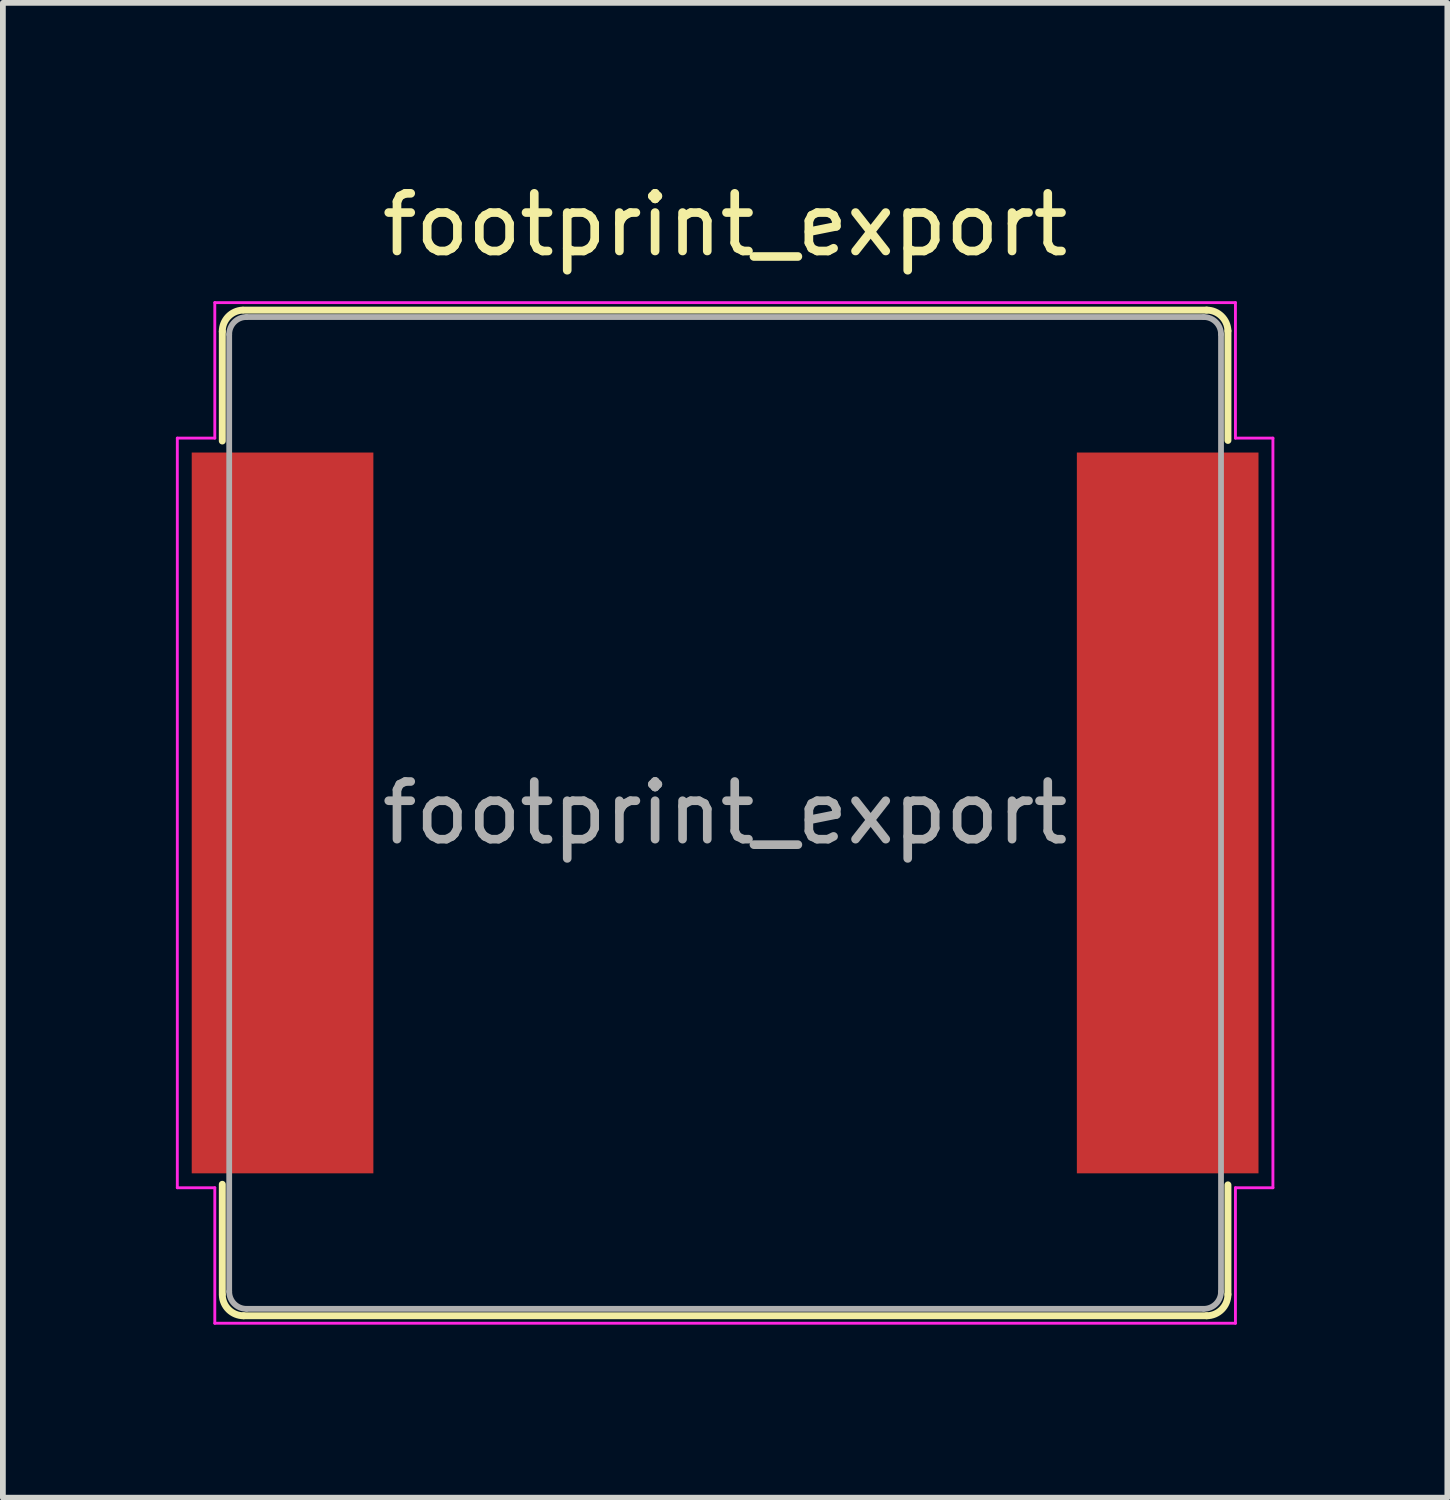
<source format=kicad_pcb>
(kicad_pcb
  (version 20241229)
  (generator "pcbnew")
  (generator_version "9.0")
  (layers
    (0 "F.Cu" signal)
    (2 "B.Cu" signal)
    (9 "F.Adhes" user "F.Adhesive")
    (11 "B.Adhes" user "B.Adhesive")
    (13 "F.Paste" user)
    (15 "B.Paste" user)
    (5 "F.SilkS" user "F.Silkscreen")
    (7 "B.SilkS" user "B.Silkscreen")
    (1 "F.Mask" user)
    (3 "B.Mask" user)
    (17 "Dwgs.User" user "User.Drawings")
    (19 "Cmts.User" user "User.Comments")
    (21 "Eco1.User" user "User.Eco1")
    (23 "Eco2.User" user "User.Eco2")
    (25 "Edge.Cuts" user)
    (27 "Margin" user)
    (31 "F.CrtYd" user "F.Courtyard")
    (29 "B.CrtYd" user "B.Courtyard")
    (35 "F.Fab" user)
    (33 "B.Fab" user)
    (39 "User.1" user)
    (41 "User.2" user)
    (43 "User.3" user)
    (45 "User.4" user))
  (footprint "footprint_export"
    (layer "F.Cu")
    (at 9.525 11.048)
    (property "Reference" "footprint_export" (at 0 -10.2 0) (layer "F.SilkS") (effects (font (size 1 1) (thickness 0.15))))
    (attr smd)
    (fp_line (start -8.72 -8.35) (end -8.72 -6.45) (stroke (width 0.12) (type solid)) (layer "F.SilkS"))
    (fp_line (start -8.72 6.44) (end -8.72 8.34) (stroke (width 0.12) (type solid)) (layer "F.SilkS"))
    (fp_line (start -8.35 -8.72) (end 8.35 -8.72) (stroke (width 0.12) (type solid)) (layer "F.SilkS"))
    (fp_line (start 8.35 8.72) (end -8.35 8.72) (stroke (width 0.12) (type solid)) (layer "F.SilkS"))
    (fp_line (start 8.72 -8.36) (end 8.72 -6.46) (stroke (width 0.12) (type solid)) (layer "F.SilkS"))
    (fp_line (start 8.72 6.45) (end 8.72 8.35) (stroke (width 0.12) (type solid)) (layer "F.SilkS"))
    (fp_arc (start -8.72054 -8.35) (mid -8.618989 -8.604842) (end -8.37 -8.72) (stroke (width 0.12) (type solid)) (layer "F.SilkS"))
    (fp_arc (start -8.35 8.720135) (mid -8.608165 8.615237) (end -8.72 8.36) (stroke (width 0.12) (type solid)) (layer "F.SilkS"))
    (fp_arc (start 8.35 -8.720135) (mid 8.608165 -8.615237) (end 8.72 -8.36) (stroke (width 0.12) (type solid)) (layer "F.SilkS"))
    (fp_arc (start 8.72 8.35) (mid 8.61163 8.61163) (end 8.35 8.72) (stroke (width 0.12) (type solid)) (layer "F.SilkS"))
    (fp_line (start -9.5 -6.5) (end -9.5 6.5) (stroke (width 0.05) (type solid)) (layer "F.CrtYd"))
    (fp_line (start -9.5 -6.5) (end -8.85 -6.5) (stroke (width 0.05) (type solid)) (layer "F.CrtYd"))
    (fp_line (start -8.85 -8.85) (end -8.85 -6.5) (stroke (width 0.05) (type solid)) (layer "F.CrtYd"))
    (fp_line (start -8.85 -8.85) (end 8.85 -8.85) (stroke (width 0.05) (type solid)) (layer "F.CrtYd"))
    (fp_line (start -8.85 6.5) (end -9.5 6.5) (stroke (width 0.05) (type solid)) (layer "F.CrtYd"))
    (fp_line (start -8.85 8.85) (end -8.85 6.5) (stroke (width 0.05) (type solid)) (layer "F.CrtYd"))
    (fp_line (start 8.85 -8.85) (end 8.85 -6.5) (stroke (width 0.05) (type solid)) (layer "F.CrtYd"))
    (fp_line (start 8.85 6.5) (end 8.85 8.85) (stroke (width 0.05) (type solid)) (layer "F.CrtYd"))
    (fp_line (start 8.85 8.85) (end -8.85 8.85) (stroke (width 0.05) (type solid)) (layer "F.CrtYd"))
    (fp_line (start 9.5 -6.5) (end 8.85 -6.5) (stroke (width 0.05) (type solid)) (layer "F.CrtYd"))
    (fp_line (start 9.5 -6.5) (end 9.5 6.5) (stroke (width 0.05) (type solid)) (layer "F.CrtYd"))
    (fp_line (start 9.5 6.5) (end 8.85 6.5) (stroke (width 0.05) (type solid)) (layer "F.CrtYd"))
    (fp_line (start -8.6 -8.3) (end -8.6 8.3) (stroke (width 0.1) (type solid)) (layer "F.Fab"))
    (fp_line (start -8.3 -8.6) (end 8.3 -8.6) (stroke (width 0.1) (type solid)) (layer "F.Fab"))
    (fp_line (start 8.3 8.6) (end -8.3 8.6) (stroke (width 0.1) (type solid)) (layer "F.Fab"))
    (fp_line (start 8.6 -8.3) (end 8.6 8.3) (stroke (width 0.1) (type solid)) (layer "F.Fab"))
    (fp_arc (start -8.6 -8.3) (mid -8.512132 -8.512132) (end -8.3 -8.6) (stroke (width 0.1) (type solid)) (layer "F.Fab"))
    (fp_arc (start -8.3 8.6) (mid -8.512132 8.512132) (end -8.6 8.3) (stroke (width 0.1) (type solid)) (layer "F.Fab"))
    (fp_arc (start 8.3 -8.6) (mid 8.512132 -8.512132) (end 8.6 -8.3) (stroke (width 0.1) (type solid)) (layer "F.Fab"))
    (fp_arc (start 8.6 8.3) (mid 8.512132 8.512132) (end 8.3 8.6) (stroke (width 0.1) (type solid)) (layer "F.Fab"))
    (fp_text user "${REFERENCE}" (at 0 0 0) (layer "F.Fab") (effects (font (size 1 1) (thickness 0.15))))
    (pad "1" smd rect (at -7.675 0) (size 3.15 12.5) (layers "F.Cu" "F.Mask" "F.Paste"))
    (pad "2" smd rect (at 7.675 0) (size 3.15 12.5) (layers "F.Cu" "F.Mask" "F.Paste")))
  (gr_rect
    (start -3 -3)
    (end 22.05 22.923)
    (stroke (width 0.1) (type default))
    (fill no)
    (layer "Edge.Cuts")))
</source>
